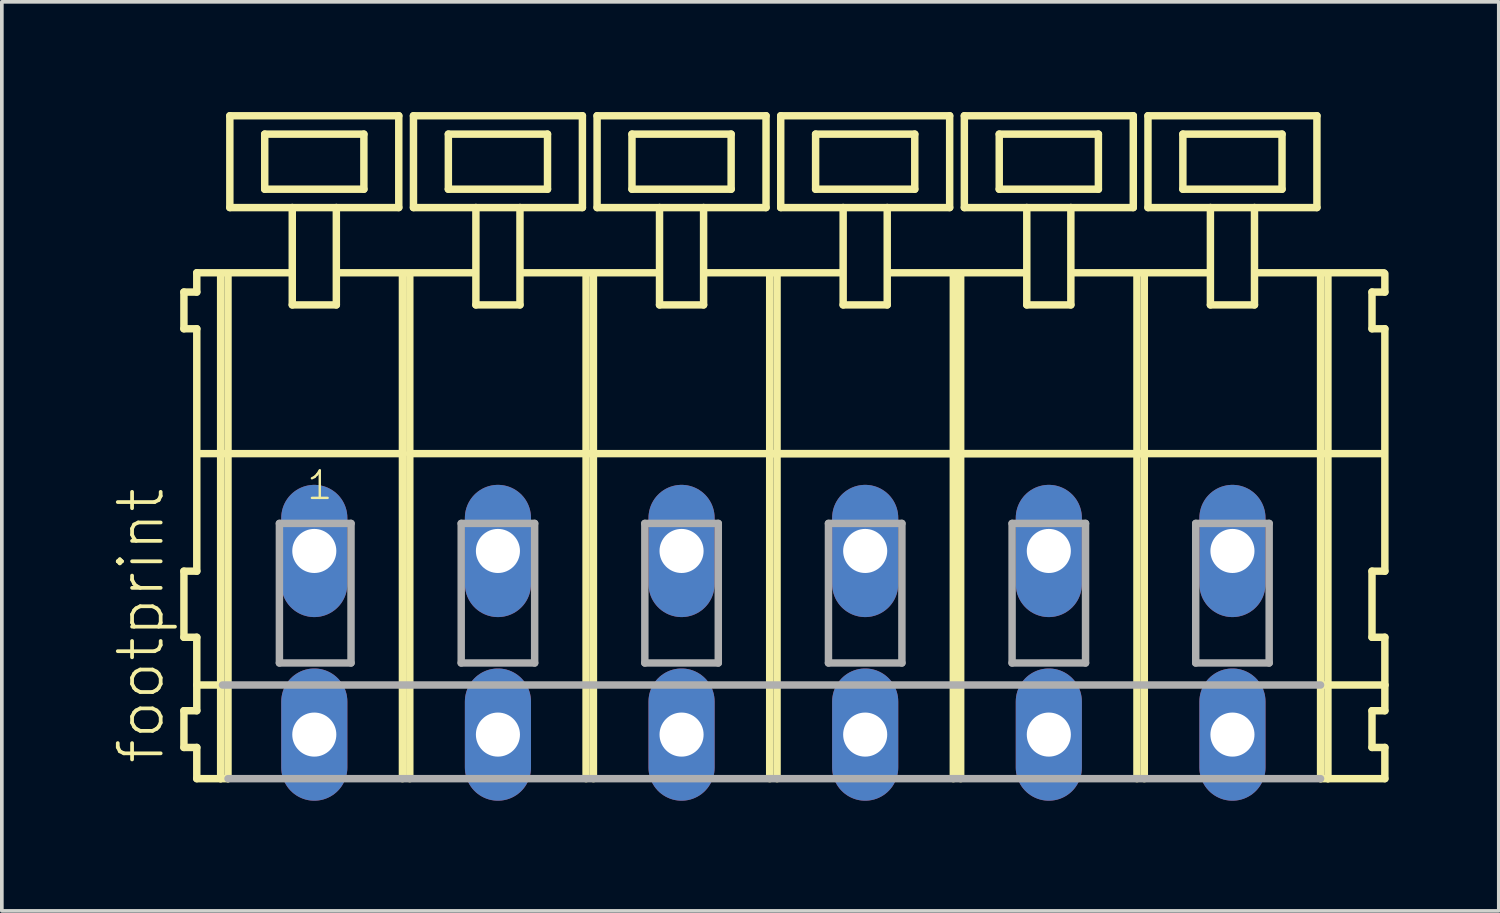
<source format=kicad_pcb>
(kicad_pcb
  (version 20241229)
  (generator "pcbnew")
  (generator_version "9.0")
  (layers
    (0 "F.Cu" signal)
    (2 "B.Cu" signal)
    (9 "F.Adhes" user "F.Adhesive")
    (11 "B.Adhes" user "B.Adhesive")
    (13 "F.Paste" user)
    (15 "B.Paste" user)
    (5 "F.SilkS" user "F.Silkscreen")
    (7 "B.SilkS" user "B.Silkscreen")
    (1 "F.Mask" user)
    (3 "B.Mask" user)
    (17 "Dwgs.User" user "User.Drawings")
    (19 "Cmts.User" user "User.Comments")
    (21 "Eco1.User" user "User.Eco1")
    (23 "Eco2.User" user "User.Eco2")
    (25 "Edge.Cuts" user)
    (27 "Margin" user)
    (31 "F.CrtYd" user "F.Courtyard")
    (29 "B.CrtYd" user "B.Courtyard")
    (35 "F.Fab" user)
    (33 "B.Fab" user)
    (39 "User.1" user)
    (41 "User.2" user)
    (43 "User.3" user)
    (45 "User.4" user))
  (footprint "footprint"
    (layer "F.Cu")
    (at 18.008 11.952)
    (property "Reference" "footprint" (at -16.535 5.855 90) (layer "F.SilkS") (effects (font (size 1.168 1.168) (thickness 0.102)) (justify left bottom)))
    (fp_line (start -16.05 -7.05) (end -16.05 -6.05) (stroke (width 0.203) (type solid)) (layer "F.SilkS"))
    (fp_line (start -16.05 -6.05) (end -15.7 -6.05) (stroke (width 0.203) (type solid)) (layer "F.SilkS"))
    (fp_line (start -16.05 0.55) (end -16.05 2.35) (stroke (width 0.203) (type solid)) (layer "F.SilkS"))
    (fp_line (start -16.05 2.35) (end -15.7 2.35) (stroke (width 0.203) (type solid)) (layer "F.SilkS"))
    (fp_line (start -16.05 4.35) (end -16.05 5.35) (stroke (width 0.203) (type solid)) (layer "F.SilkS"))
    (fp_line (start -16.05 5.35) (end -15.7 5.35) (stroke (width 0.203) (type solid)) (layer "F.SilkS"))
    (fp_line (start -15.7 -7.575) (end -15.7 -7.05) (stroke (width 0.203) (type solid)) (layer "F.SilkS"))
    (fp_line (start -15.7 -7.575) (end -13.125 -7.575) (stroke (width 0.203) (type solid)) (layer "F.SilkS"))
    (fp_line (start -15.7 -7.05) (end -16.05 -7.05) (stroke (width 0.203) (type solid)) (layer "F.SilkS"))
    (fp_line (start -15.7 -6.05) (end -15.7 0.55) (stroke (width 0.203) (type solid)) (layer "F.SilkS"))
    (fp_line (start -15.7 0.55) (end -16.05 0.55) (stroke (width 0.203) (type solid)) (layer "F.SilkS"))
    (fp_line (start -15.7 2.35) (end -15.7 4.35) (stroke (width 0.203) (type solid)) (layer "F.SilkS"))
    (fp_line (start -15.7 3.65) (end -15 3.65) (stroke (width 0.203) (type solid)) (layer "F.SilkS"))
    (fp_line (start -15.7 4.35) (end -16.05 4.35) (stroke (width 0.203) (type solid)) (layer "F.SilkS"))
    (fp_line (start -15.7 5.35) (end -15.7 6.2) (stroke (width 0.203) (type solid)) (layer "F.SilkS"))
    (fp_line (start -15.7 6.2) (end -15.05 6.2) (stroke (width 0.203) (type solid)) (layer "F.SilkS"))
    (fp_line (start -15.65 -2.65) (end -10.1 -2.65) (stroke (width 0.203) (type solid)) (layer "F.SilkS"))
    (fp_line (start -15.05 -7.55) (end -15.05 6.2) (stroke (width 0.203) (type solid)) (layer "F.SilkS"))
    (fp_line (start -15.05 6.2) (end -14.85 6.2) (stroke (width 0.203) (type solid)) (layer "F.SilkS"))
    (fp_line (start -14.85 -7.55) (end -14.85 6.2) (stroke (width 0.203) (type solid)) (layer "F.SilkS"))
    (fp_line (start -14.8 -11.85) (end -14.8 -9.35) (stroke (width 0.203) (type solid)) (layer "F.SilkS"))
    (fp_line (start -14.8 -9.35) (end -13.1 -9.35) (stroke (width 0.203) (type solid)) (layer "F.SilkS"))
    (fp_line (start -13.85 -11.35) (end -13.85 -9.85) (stroke (width 0.203) (type solid)) (layer "F.SilkS"))
    (fp_line (start -13.85 -9.85) (end -11.15 -9.85) (stroke (width 0.203) (type solid)) (layer "F.SilkS"))
    (fp_line (start -13.1 -9.35) (end -13.1 -6.7) (stroke (width 0.203) (type solid)) (layer "F.SilkS"))
    (fp_line (start -13.1 -9.35) (end -11.9 -9.35) (stroke (width 0.203) (type solid)) (layer "F.SilkS"))
    (fp_line (start -13.1 -6.7) (end -11.9 -6.7) (stroke (width 0.203) (type solid)) (layer "F.SilkS"))
    (fp_line (start -11.9 -9.35) (end -10.2 -9.35) (stroke (width 0.203) (type solid)) (layer "F.SilkS"))
    (fp_line (start -11.9 -6.7) (end -11.9 -9.35) (stroke (width 0.203) (type solid)) (layer "F.SilkS"))
    (fp_line (start -11.825 -7.575) (end -8.125 -7.575) (stroke (width 0.203) (type solid)) (layer "F.SilkS"))
    (fp_line (start -11.15 -11.35) (end -13.85 -11.35) (stroke (width 0.203) (type solid)) (layer "F.SilkS"))
    (fp_line (start -11.15 -9.85) (end -11.15 -11.35) (stroke (width 0.203) (type solid)) (layer "F.SilkS"))
    (fp_line (start -10.2 -11.85) (end -14.8 -11.85) (stroke (width 0.203) (type solid)) (layer "F.SilkS"))
    (fp_line (start -10.2 -9.35) (end -10.2 -11.85) (stroke (width 0.203) (type solid)) (layer "F.SilkS"))
    (fp_line (start -10.1 -7.55) (end -10.1 -2.65) (stroke (width 0.203) (type solid)) (layer "F.SilkS"))
    (fp_line (start -10.1 -2.65) (end -10.1 6.2) (stroke (width 0.203) (type solid)) (layer "F.SilkS"))
    (fp_line (start -9.9 -7.55) (end -9.9 -2.65) (stroke (width 0.203) (type solid)) (layer "F.SilkS"))
    (fp_line (start -9.9 -2.65) (end -9.9 6.2) (stroke (width 0.203) (type solid)) (layer "F.SilkS"))
    (fp_line (start -9.9 -2.65) (end -5.1 -2.65) (stroke (width 0.203) (type solid)) (layer "F.SilkS"))
    (fp_line (start -9.8 -11.85) (end -9.8 -9.35) (stroke (width 0.203) (type solid)) (layer "F.SilkS"))
    (fp_line (start -9.8 -9.35) (end -8.1 -9.35) (stroke (width 0.203) (type solid)) (layer "F.SilkS"))
    (fp_line (start -8.85 -11.35) (end -8.85 -9.85) (stroke (width 0.203) (type solid)) (layer "F.SilkS"))
    (fp_line (start -8.85 -9.85) (end -6.15 -9.85) (stroke (width 0.203) (type solid)) (layer "F.SilkS"))
    (fp_line (start -8.1 -9.35) (end -8.1 -6.7) (stroke (width 0.203) (type solid)) (layer "F.SilkS"))
    (fp_line (start -8.1 -9.35) (end -6.9 -9.35) (stroke (width 0.203) (type solid)) (layer "F.SilkS"))
    (fp_line (start -8.1 -6.7) (end -6.9 -6.7) (stroke (width 0.203) (type solid)) (layer "F.SilkS"))
    (fp_line (start -6.9 -9.35) (end -5.2 -9.35) (stroke (width 0.203) (type solid)) (layer "F.SilkS"))
    (fp_line (start -6.9 -6.7) (end -6.9 -9.35) (stroke (width 0.203) (type solid)) (layer "F.SilkS"))
    (fp_line (start -6.875 -7.575) (end -3.125 -7.575) (stroke (width 0.203) (type solid)) (layer "F.SilkS"))
    (fp_line (start -6.15 -11.35) (end -8.85 -11.35) (stroke (width 0.203) (type solid)) (layer "F.SilkS"))
    (fp_line (start -6.15 -9.85) (end -6.15 -11.35) (stroke (width 0.203) (type solid)) (layer "F.SilkS"))
    (fp_line (start -5.2 -11.85) (end -9.8 -11.85) (stroke (width 0.203) (type solid)) (layer "F.SilkS"))
    (fp_line (start -5.2 -9.35) (end -5.2 -11.85) (stroke (width 0.203) (type solid)) (layer "F.SilkS"))
    (fp_line (start -5.1 -7.55) (end -5.1 -2.65) (stroke (width 0.203) (type solid)) (layer "F.SilkS"))
    (fp_line (start -5.1 -2.65) (end -5.1 6.2) (stroke (width 0.203) (type solid)) (layer "F.SilkS"))
    (fp_line (start -5.1 -2.65) (end -4.9 -2.65) (stroke (width 0.203) (type solid)) (layer "F.SilkS"))
    (fp_line (start -4.9 -7.55) (end -4.9 -2.65) (stroke (width 0.203) (type solid)) (layer "F.SilkS"))
    (fp_line (start -4.9 -2.65) (end -4.9 6.2) (stroke (width 0.203) (type solid)) (layer "F.SilkS"))
    (fp_line (start -4.9 -2.65) (end -0.1 -2.65) (stroke (width 0.203) (type solid)) (layer "F.SilkS"))
    (fp_line (start -4.8 -11.85) (end -4.8 -9.35) (stroke (width 0.203) (type solid)) (layer "F.SilkS"))
    (fp_line (start -4.8 -9.35) (end -3.1 -9.35) (stroke (width 0.203) (type solid)) (layer "F.SilkS"))
    (fp_line (start -3.85 -11.35) (end -3.85 -9.85) (stroke (width 0.203) (type solid)) (layer "F.SilkS"))
    (fp_line (start -3.85 -9.85) (end -1.15 -9.85) (stroke (width 0.203) (type solid)) (layer "F.SilkS"))
    (fp_line (start -3.1 -9.35) (end -3.1 -6.7) (stroke (width 0.203) (type solid)) (layer "F.SilkS"))
    (fp_line (start -3.1 -9.35) (end -1.9 -9.35) (stroke (width 0.203) (type solid)) (layer "F.SilkS"))
    (fp_line (start -3.1 -6.7) (end -1.9 -6.7) (stroke (width 0.203) (type solid)) (layer "F.SilkS"))
    (fp_line (start -1.9 -9.35) (end -0.2 -9.35) (stroke (width 0.203) (type solid)) (layer "F.SilkS"))
    (fp_line (start -1.9 -6.7) (end -1.9 -9.35) (stroke (width 0.203) (type solid)) (layer "F.SilkS"))
    (fp_line (start -1.875 -7.575) (end 1.875 -7.575) (stroke (width 0.203) (type solid)) (layer "F.SilkS"))
    (fp_line (start -1.15 -11.35) (end -3.85 -11.35) (stroke (width 0.203) (type solid)) (layer "F.SilkS"))
    (fp_line (start -1.15 -9.85) (end -1.15 -11.35) (stroke (width 0.203) (type solid)) (layer "F.SilkS"))
    (fp_line (start -0.2 -11.85) (end -4.8 -11.85) (stroke (width 0.203) (type solid)) (layer "F.SilkS"))
    (fp_line (start -0.2 -9.35) (end -0.2 -11.85) (stroke (width 0.203) (type solid)) (layer "F.SilkS"))
    (fp_line (start -0.1 -7.55) (end -0.1 -2.65) (stroke (width 0.203) (type solid)) (layer "F.SilkS"))
    (fp_line (start -0.1 -2.65) (end -0.1 6.2) (stroke (width 0.203) (type solid)) (layer "F.SilkS"))
    (fp_line (start -0.1 -2.65) (end 0.1 -2.65) (stroke (width 0.203) (type solid)) (layer "F.SilkS"))
    (fp_line (start -0.1 -2.65) (end 14.9 -2.65) (stroke (width 0.203) (type solid)) (layer "F.SilkS"))
    (fp_line (start 0.1 -7.55) (end 0.1 -2.65) (stroke (width 0.203) (type solid)) (layer "F.SilkS"))
    (fp_line (start 0.1 -2.65) (end 0.1 6.2) (stroke (width 0.203) (type solid)) (layer "F.SilkS"))
    (fp_line (start 0.1 -2.65) (end 4.9 -2.65) (stroke (width 0.203) (type solid)) (layer "F.SilkS"))
    (fp_line (start 0.2 -11.85) (end 0.2 -9.35) (stroke (width 0.203) (type solid)) (layer "F.SilkS"))
    (fp_line (start 0.2 -9.35) (end 1.9 -9.35) (stroke (width 0.203) (type solid)) (layer "F.SilkS"))
    (fp_line (start 1.15 -11.35) (end 1.15 -9.85) (stroke (width 0.203) (type solid)) (layer "F.SilkS"))
    (fp_line (start 1.15 -9.85) (end 3.85 -9.85) (stroke (width 0.203) (type solid)) (layer "F.SilkS"))
    (fp_line (start 1.9 -9.35) (end 1.9 -6.7) (stroke (width 0.203) (type solid)) (layer "F.SilkS"))
    (fp_line (start 1.9 -9.35) (end 3.1 -9.35) (stroke (width 0.203) (type solid)) (layer "F.SilkS"))
    (fp_line (start 1.9 -6.7) (end 3.1 -6.7) (stroke (width 0.203) (type solid)) (layer "F.SilkS"))
    (fp_line (start 3.1 -9.35) (end 4.8 -9.35) (stroke (width 0.203) (type solid)) (layer "F.SilkS"))
    (fp_line (start 3.1 -6.7) (end 3.1 -9.35) (stroke (width 0.203) (type solid)) (layer "F.SilkS"))
    (fp_line (start 3.125 -7.575) (end 6.875 -7.575) (stroke (width 0.203) (type solid)) (layer "F.SilkS"))
    (fp_line (start 3.85 -11.35) (end 1.15 -11.35) (stroke (width 0.203) (type solid)) (layer "F.SilkS"))
    (fp_line (start 3.85 -9.85) (end 3.85 -11.35) (stroke (width 0.203) (type solid)) (layer "F.SilkS"))
    (fp_line (start 4.8 -11.85) (end 0.2 -11.85) (stroke (width 0.203) (type solid)) (layer "F.SilkS"))
    (fp_line (start 4.8 -9.35) (end 4.8 -11.85) (stroke (width 0.203) (type solid)) (layer "F.SilkS"))
    (fp_line (start 4.9 -7.55) (end 4.9 -2.65) (stroke (width 0.203) (type solid)) (layer "F.SilkS"))
    (fp_line (start 4.9 -2.65) (end 4.9 6.2) (stroke (width 0.203) (type solid)) (layer "F.SilkS"))
    (fp_line (start 4.9 -2.65) (end 5.1 -2.65) (stroke (width 0.203) (type solid)) (layer "F.SilkS"))
    (fp_line (start 5.1 -7.55) (end 5.1 -2.65) (stroke (width 0.203) (type solid)) (layer "F.SilkS"))
    (fp_line (start 5.1 -2.65) (end 5.1 6.2) (stroke (width 0.203) (type solid)) (layer "F.SilkS"))
    (fp_line (start 5.1 -2.65) (end 9.9 -2.65) (stroke (width 0.203) (type solid)) (layer "F.SilkS"))
    (fp_line (start 5.2 -11.85) (end 5.2 -9.35) (stroke (width 0.203) (type solid)) (layer "F.SilkS"))
    (fp_line (start 5.2 -9.35) (end 6.9 -9.35) (stroke (width 0.203) (type solid)) (layer "F.SilkS"))
    (fp_line (start 6.15 -11.35) (end 6.15 -9.85) (stroke (width 0.203) (type solid)) (layer "F.SilkS"))
    (fp_line (start 6.15 -9.85) (end 8.85 -9.85) (stroke (width 0.203) (type solid)) (layer "F.SilkS"))
    (fp_line (start 6.9 -9.35) (end 6.9 -6.7) (stroke (width 0.203) (type solid)) (layer "F.SilkS"))
    (fp_line (start 6.9 -9.35) (end 8.1 -9.35) (stroke (width 0.203) (type solid)) (layer "F.SilkS"))
    (fp_line (start 6.9 -6.7) (end 8.1 -6.7) (stroke (width 0.203) (type solid)) (layer "F.SilkS"))
    (fp_line (start 8.1 -9.35) (end 9.8 -9.35) (stroke (width 0.203) (type solid)) (layer "F.SilkS"))
    (fp_line (start 8.1 -6.7) (end 8.1 -9.35) (stroke (width 0.203) (type solid)) (layer "F.SilkS"))
    (fp_line (start 8.125 -7.575) (end 11.875 -7.575) (stroke (width 0.203) (type solid)) (layer "F.SilkS"))
    (fp_line (start 8.85 -11.35) (end 6.15 -11.35) (stroke (width 0.203) (type solid)) (layer "F.SilkS"))
    (fp_line (start 8.85 -9.85) (end 8.85 -11.35) (stroke (width 0.203) (type solid)) (layer "F.SilkS"))
    (fp_line (start 9.8 -11.85) (end 5.2 -11.85) (stroke (width 0.203) (type solid)) (layer "F.SilkS"))
    (fp_line (start 9.8 -9.35) (end 9.8 -11.85) (stroke (width 0.203) (type solid)) (layer "F.SilkS"))
    (fp_line (start 9.9 -7.55) (end 9.9 -2.65) (stroke (width 0.203) (type solid)) (layer "F.SilkS"))
    (fp_line (start 9.9 -2.65) (end 9.9 6.2) (stroke (width 0.203) (type solid)) (layer "F.SilkS"))
    (fp_line (start 9.9 -2.65) (end 10.1 -2.65) (stroke (width 0.203) (type solid)) (layer "F.SilkS"))
    (fp_line (start 10.1 -7.55) (end 10.1 -2.65) (stroke (width 0.203) (type solid)) (layer "F.SilkS"))
    (fp_line (start 10.1 -2.65) (end 10.1 6.2) (stroke (width 0.203) (type solid)) (layer "F.SilkS"))
    (fp_line (start 10.2 -11.85) (end 10.2 -9.35) (stroke (width 0.203) (type solid)) (layer "F.SilkS"))
    (fp_line (start 10.2 -9.35) (end 11.9 -9.35) (stroke (width 0.203) (type solid)) (layer "F.SilkS"))
    (fp_line (start 11.15 -11.35) (end 11.15 -9.85) (stroke (width 0.203) (type solid)) (layer "F.SilkS"))
    (fp_line (start 11.15 -9.85) (end 13.85 -9.85) (stroke (width 0.203) (type solid)) (layer "F.SilkS"))
    (fp_line (start 11.9 -9.35) (end 11.9 -6.7) (stroke (width 0.203) (type solid)) (layer "F.SilkS"))
    (fp_line (start 11.9 -9.35) (end 13.1 -9.35) (stroke (width 0.203) (type solid)) (layer "F.SilkS"))
    (fp_line (start 11.9 -6.7) (end 13.1 -6.7) (stroke (width 0.203) (type solid)) (layer "F.SilkS"))
    (fp_line (start 13.1 -9.35) (end 14.8 -9.35) (stroke (width 0.203) (type solid)) (layer "F.SilkS"))
    (fp_line (start 13.1 -6.7) (end 13.1 -9.35) (stroke (width 0.203) (type solid)) (layer "F.SilkS"))
    (fp_line (start 13.125 -7.575) (end 16.625 -7.575) (stroke (width 0.203) (type solid)) (layer "F.SilkS"))
    (fp_line (start 13.85 -11.35) (end 11.15 -11.35) (stroke (width 0.203) (type solid)) (layer "F.SilkS"))
    (fp_line (start 13.85 -9.85) (end 13.85 -11.35) (stroke (width 0.203) (type solid)) (layer "F.SilkS"))
    (fp_line (start 14.8 -11.85) (end 10.2 -11.85) (stroke (width 0.203) (type solid)) (layer "F.SilkS"))
    (fp_line (start 14.8 -9.35) (end 14.8 -11.85) (stroke (width 0.203) (type solid)) (layer "F.SilkS"))
    (fp_line (start 14.9 -7.55) (end 14.9 -2.65) (stroke (width 0.203) (type solid)) (layer "F.SilkS"))
    (fp_line (start 14.9 -2.65) (end 14.9 6.2) (stroke (width 0.203) (type solid)) (layer "F.SilkS"))
    (fp_line (start 14.9 -2.65) (end 15.1 -2.65) (stroke (width 0.203) (type solid)) (layer "F.SilkS"))
    (fp_line (start 14.9 6.2) (end 15.1 6.2) (stroke (width 0.203) (type solid)) (layer "F.SilkS"))
    (fp_line (start 14.95 3.65) (end 16.65 3.65) (stroke (width 0.203) (type solid)) (layer "F.SilkS"))
    (fp_line (start 15.1 -7.55) (end 15.1 -2.65) (stroke (width 0.203) (type solid)) (layer "F.SilkS"))
    (fp_line (start 15.1 -2.65) (end 15.1 6.2) (stroke (width 0.203) (type solid)) (layer "F.SilkS"))
    (fp_line (start 15.1 -2.65) (end 16.6 -2.65) (stroke (width 0.203) (type solid)) (layer "F.SilkS"))
    (fp_line (start 15.1 6.2) (end 16.65 6.2) (stroke (width 0.203) (type solid)) (layer "F.SilkS"))
    (fp_line (start 16.3 -7.05) (end 16.3 -6.05) (stroke (width 0.203) (type solid)) (layer "F.SilkS"))
    (fp_line (start 16.3 -6.05) (end 16.65 -6.05) (stroke (width 0.203) (type solid)) (layer "F.SilkS"))
    (fp_line (start 16.3 0.55) (end 16.3 2.35) (stroke (width 0.203) (type solid)) (layer "F.SilkS"))
    (fp_line (start 16.3 2.35) (end 16.65 2.35) (stroke (width 0.203) (type solid)) (layer "F.SilkS"))
    (fp_line (start 16.3 4.35) (end 16.3 5.35) (stroke (width 0.203) (type solid)) (layer "F.SilkS"))
    (fp_line (start 16.3 5.35) (end 16.65 5.35) (stroke (width 0.203) (type solid)) (layer "F.SilkS"))
    (fp_line (start 16.65 -7.05) (end 16.3 -7.05) (stroke (width 0.203) (type solid)) (layer "F.SilkS"))
    (fp_line (start 16.65 -7.05) (end 16.65 -7.55) (stroke (width 0.203) (type solid)) (layer "F.SilkS"))
    (fp_line (start 16.65 0.55) (end 16.3 0.55) (stroke (width 0.203) (type solid)) (layer "F.SilkS"))
    (fp_line (start 16.65 0.55) (end 16.65 -6.05) (stroke (width 0.203) (type solid)) (layer "F.SilkS"))
    (fp_line (start 16.65 3.65) (end 16.65 2.35) (stroke (width 0.203) (type solid)) (layer "F.SilkS"))
    (fp_line (start 16.65 4.35) (end 16.3 4.35) (stroke (width 0.203) (type solid)) (layer "F.SilkS"))
    (fp_line (start 16.65 4.35) (end 16.65 3.65) (stroke (width 0.203) (type solid)) (layer "F.SilkS"))
    (fp_line (start 16.65 6.2) (end 16.65 5.35) (stroke (width 0.203) (type solid)) (layer "F.SilkS"))
    (fp_line (start -15 3.65) (end 14.9 3.65) (stroke (width 0.203) (type solid)) (layer "F.Fab"))
    (fp_line (start -14.85 6.2) (end 14.9 6.2) (stroke (width 0.203) (type solid)) (layer "F.Fab"))
    (fp_line (start -13.45 -0.75) (end -13.45 3.05) (stroke (width 0.203) (type solid)) (layer "F.Fab"))
    (fp_line (start -13.45 3.05) (end -11.5 3.05) (stroke (width 0.203) (type solid)) (layer "F.Fab"))
    (fp_line (start -11.5 -0.75) (end -13.45 -0.75) (stroke (width 0.203) (type solid)) (layer "F.Fab"))
    (fp_line (start -11.5 3.05) (end -11.5 -0.75) (stroke (width 0.203) (type solid)) (layer "F.Fab"))
    (fp_line (start -8.5 -0.75) (end -8.5 3.05) (stroke (width 0.203) (type solid)) (layer "F.Fab"))
    (fp_line (start -8.5 3.05) (end -6.5 3.05) (stroke (width 0.203) (type solid)) (layer "F.Fab"))
    (fp_line (start -6.5 -0.75) (end -8.5 -0.75) (stroke (width 0.203) (type solid)) (layer "F.Fab"))
    (fp_line (start -6.5 3.05) (end -6.5 -0.75) (stroke (width 0.203) (type solid)) (layer "F.Fab"))
    (fp_line (start -3.5 -0.75) (end -3.5 3.05) (stroke (width 0.203) (type solid)) (layer "F.Fab"))
    (fp_line (start -3.5 3.05) (end -1.5 3.05) (stroke (width 0.203) (type solid)) (layer "F.Fab"))
    (fp_line (start -1.5 -0.75) (end -3.5 -0.75) (stroke (width 0.203) (type solid)) (layer "F.Fab"))
    (fp_line (start -1.5 3.05) (end -1.5 -0.75) (stroke (width 0.203) (type solid)) (layer "F.Fab"))
    (fp_line (start 1.5 -0.75) (end 1.5 3.05) (stroke (width 0.203) (type solid)) (layer "F.Fab"))
    (fp_line (start 1.5 3.05) (end 3.5 3.05) (stroke (width 0.203) (type solid)) (layer "F.Fab"))
    (fp_line (start 3.5 -0.75) (end 1.5 -0.75) (stroke (width 0.203) (type solid)) (layer "F.Fab"))
    (fp_line (start 3.5 3.05) (end 3.5 -0.75) (stroke (width 0.203) (type solid)) (layer "F.Fab"))
    (fp_line (start 6.5 -0.75) (end 6.5 3.05) (stroke (width 0.203) (type solid)) (layer "F.Fab"))
    (fp_line (start 6.5 3.05) (end 8.5 3.05) (stroke (width 0.203) (type solid)) (layer "F.Fab"))
    (fp_line (start 8.5 -0.75) (end 6.5 -0.75) (stroke (width 0.203) (type solid)) (layer "F.Fab"))
    (fp_line (start 8.5 3.05) (end 8.5 -0.75) (stroke (width 0.203) (type solid)) (layer "F.Fab"))
    (fp_line (start 11.5 -0.75) (end 11.5 3.05) (stroke (width 0.203) (type solid)) (layer "F.Fab"))
    (fp_line (start 11.5 3.05) (end 13.5 3.05) (stroke (width 0.203) (type solid)) (layer "F.Fab"))
    (fp_line (start 13.5 -0.75) (end 11.5 -0.75) (stroke (width 0.203) (type solid)) (layer "F.Fab"))
    (fp_line (start 13.5 3.05) (end 13.5 -0.75) (stroke (width 0.203) (type solid)) (layer "F.Fab"))
    (fp_text user "1" (at -12.75 -1.35 0) (layer "F.SilkS") (effects (font (size 0.748 0.748) (thickness 0.065)) (justify left bottom)))
    (pad "A1" thru_hole oval (at -12.5 0 90) (size 3.6 1.8) (drill 1.2) (layers "*.Cu" "*.Mask"))
    (pad "A2" thru_hole oval (at -7.5 0 90) (size 3.6 1.8) (drill 1.2) (layers "*.Cu" "*.Mask"))
    (pad "A3" thru_hole oval (at -2.5 0 90) (size 3.6 1.8) (drill 1.2) (layers "*.Cu" "*.Mask"))
    (pad "A4" thru_hole oval (at 2.5 0 90) (size 3.6 1.8) (drill 1.2) (layers "*.Cu" "*.Mask"))
    (pad "A5" thru_hole oval (at 7.5 0 90) (size 3.6 1.8) (drill 1.2) (layers "*.Cu" "*.Mask"))
    (pad "A6" thru_hole oval (at 12.5 0 90) (size 3.6 1.8) (drill 1.2) (layers "*.Cu" "*.Mask"))
    (pad "B1" thru_hole oval (at -12.5 5 90) (size 3.6 1.8) (drill 1.2) (layers "*.Cu" "*.Mask"))
    (pad "B2" thru_hole oval (at -7.5 5 90) (size 3.6 1.8) (drill 1.2) (layers "*.Cu" "*.Mask"))
    (pad "B3" thru_hole oval (at -2.5 5 90) (size 3.6 1.8) (drill 1.2) (layers "*.Cu" "*.Mask"))
    (pad "B4" thru_hole oval (at 2.5 5 90) (size 3.6 1.8) (drill 1.2) (layers "*.Cu" "*.Mask"))
    (pad "B5" thru_hole oval (at 7.5 5 90) (size 3.6 1.8) (drill 1.2) (layers "*.Cu" "*.Mask"))
    (pad "B6" thru_hole oval (at 12.5 5 90) (size 3.6 1.8) (drill 1.2) (layers "*.Cu" "*.Mask")))
  (gr_rect
    (start -3 -3)
    (end 37.76 21.752)
    (stroke (width 0.1) (type default))
    (fill no)
    (layer "Edge.Cuts")))
</source>
